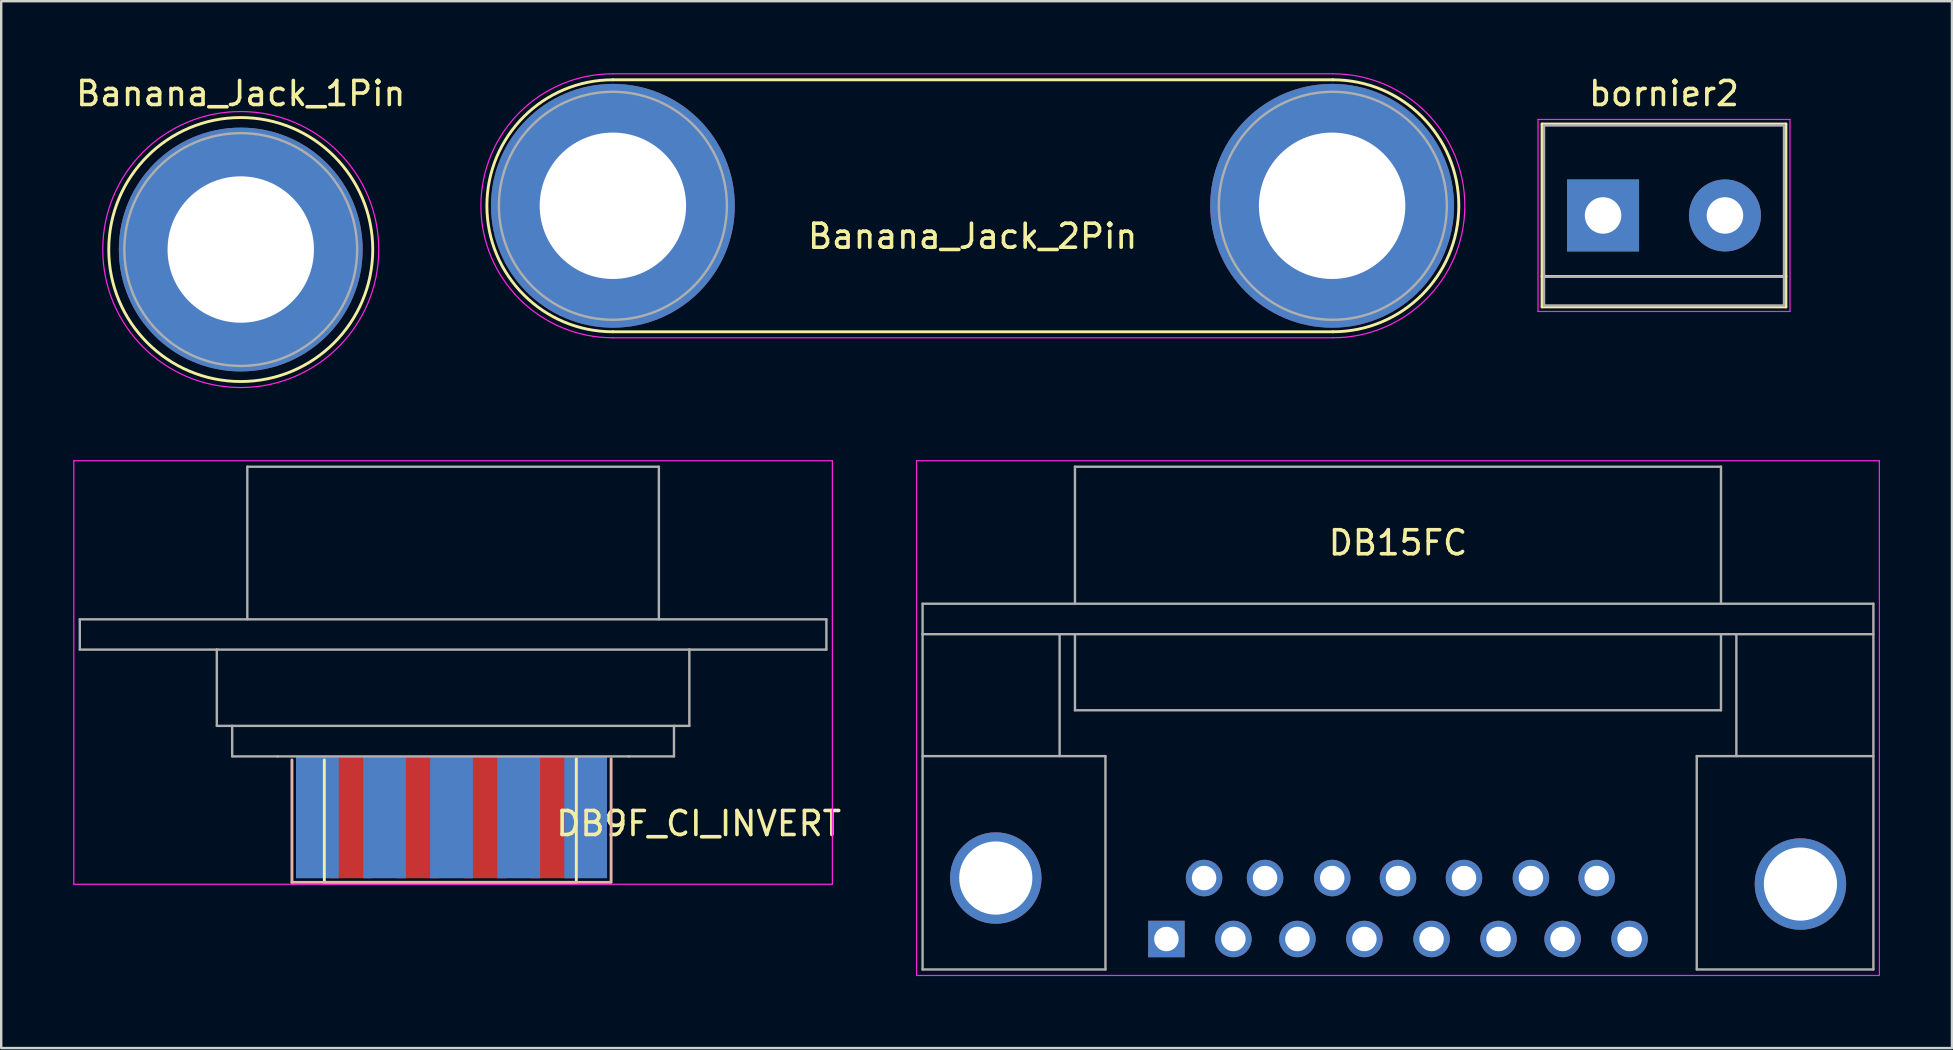
<source format=kicad_pcb>
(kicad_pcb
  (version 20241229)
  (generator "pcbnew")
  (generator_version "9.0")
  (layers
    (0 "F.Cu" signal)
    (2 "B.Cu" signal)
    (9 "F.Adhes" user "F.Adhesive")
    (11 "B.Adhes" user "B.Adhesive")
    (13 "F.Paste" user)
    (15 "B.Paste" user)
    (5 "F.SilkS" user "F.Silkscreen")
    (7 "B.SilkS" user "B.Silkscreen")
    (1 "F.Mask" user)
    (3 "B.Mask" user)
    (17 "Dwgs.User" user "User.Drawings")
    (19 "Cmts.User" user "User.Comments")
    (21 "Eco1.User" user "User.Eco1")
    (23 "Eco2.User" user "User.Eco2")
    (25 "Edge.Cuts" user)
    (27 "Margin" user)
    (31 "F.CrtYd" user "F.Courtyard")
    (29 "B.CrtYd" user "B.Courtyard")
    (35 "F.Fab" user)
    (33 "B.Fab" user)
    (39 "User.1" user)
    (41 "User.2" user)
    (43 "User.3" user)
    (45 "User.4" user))
  (footprint "DB9F_CI_INVERT"
    (layer "F.Cu")
    (at 15.765 31.008)
    (property "Reference" "DB9F_CI_INVERT" (at 10.3 0.26 0) (layer "F.SilkS") (effects (font (size 1 1) (thickness 0.15))))
    (attr smd)
    (fp_line (start -5.3 2.71) (end -5.3 -2.39) (stroke (width 0.12) (type solid)) (layer "F.SilkS"))
    (fp_line (start 5.2 -2.44) (end 5.2 2.71) (stroke (width 0.12) (type solid)) (layer "F.SilkS"))
    (fp_line (start 5.2 2.71) (end -5.3 2.71) (stroke (width 0.12) (type solid)) (layer "F.SilkS"))
    (fp_line (start -6.65 2.71) (end -6.65 -2.39) (stroke (width 0.12) (type solid)) (layer "B.SilkS"))
    (fp_line (start -6.65 2.71) (end 6.6 2.71) (stroke (width 0.12) (type solid)) (layer "B.SilkS"))
    (fp_line (start 6.65 2.71) (end 6.65 -2.44) (stroke (width 0.12) (type solid)) (layer "B.SilkS"))
    (fp_line (start -15.74 -14.86) (end -15.74 2.79) (stroke (width 0.05) (type solid)) (layer "F.CrtYd"))
    (fp_line (start -15.74 -14.86) (end 15.87 -14.86) (stroke (width 0.05) (type solid)) (layer "F.CrtYd"))
    (fp_line (start 15.87 2.79) (end -15.74 2.79) (stroke (width 0.05) (type solid)) (layer "F.CrtYd"))
    (fp_line (start 15.87 2.79) (end 15.87 -14.86) (stroke (width 0.05) (type solid)) (layer "F.CrtYd"))
    (fp_line (start -15.49 -8.25) (end 15.62 -8.25) (stroke (width 0.1) (type solid)) (layer "F.Fab"))
    (fp_line (start -15.49 -6.99) (end -15.49 -8.25) (stroke (width 0.1) (type solid)) (layer "F.Fab"))
    (fp_line (start -9.78 -6.99) (end -15.49 -6.99) (stroke (width 0.1) (type solid)) (layer "F.Fab"))
    (fp_line (start -9.78 -3.81) (end -9.78 -6.99) (stroke (width 0.1) (type solid)) (layer "F.Fab"))
    (fp_line (start -9.14 -3.81) (end -9.78 -3.81) (stroke (width 0.1) (type solid)) (layer "F.Fab"))
    (fp_line (start -9.14 -2.54) (end -9.14 -3.81) (stroke (width 0.1) (type solid)) (layer "F.Fab"))
    (fp_line (start -8.51 -14.61) (end 8.64 -14.61) (stroke (width 0.1) (type solid)) (layer "F.Fab"))
    (fp_line (start -8.51 -8.25) (end -8.51 -14.61) (stroke (width 0.1) (type solid)) (layer "F.Fab"))
    (fp_line (start -7.24 -2.54) (end -9.14 -2.54) (stroke (width 0.1) (type solid)) (layer "F.Fab"))
    (fp_line (start 7.37 -2.54) (end 9.27 -2.54) (stroke (width 0.1) (type solid)) (layer "F.Fab"))
    (fp_line (start 7.4 -2.54) (end -7.25 -2.54) (stroke (width 0.1) (type solid)) (layer "F.Fab"))
    (fp_line (start 8.64 -8.25) (end 8.64 -14.61) (stroke (width 0.1) (type solid)) (layer "F.Fab"))
    (fp_line (start 9.27 -3.81) (end -9.14 -3.81) (stroke (width 0.1) (type solid)) (layer "F.Fab"))
    (fp_line (start 9.27 -2.54) (end 9.27 -3.81) (stroke (width 0.1) (type solid)) (layer "F.Fab"))
    (fp_line (start 9.91 -6.99) (end -9.78 -6.99) (stroke (width 0.1) (type solid)) (layer "F.Fab"))
    (fp_line (start 9.91 -3.81) (end 9.27 -3.81) (stroke (width 0.1) (type solid)) (layer "F.Fab"))
    (fp_line (start 9.91 -3.81) (end 9.91 -6.99) (stroke (width 0.1) (type solid)) (layer "F.Fab"))
    (fp_line (start 15.62 -6.99) (end 9.91 -6.99) (stroke (width 0.1) (type solid)) (layer "F.Fab"))
    (fp_line (start 15.62 -6.99) (end 15.62 -8.25) (stroke (width 0.1) (type solid)) (layer "F.Fab"))
    (pad "1" connect rect (at 5.59 0) (size 1.78 5.08) (layers "B.Cu" "B.Mask"))
    (pad "2" connect rect (at 2.8 0) (size 1.78 5.08) (layers "B.Cu" "B.Mask"))
    (pad "3" connect rect (at 0 0) (size 1.78 5.08) (layers "B.Cu" "B.Mask"))
    (pad "4" connect rect (at -2.79 0) (size 1.78 5.08) (layers "B.Cu" "B.Mask"))
    (pad "5" connect rect (at -5.59 0) (size 1.78 5.08) (layers "B.Cu" "B.Mask"))
    (pad "6" connect rect (at 4.19 0) (size 1.78 5.08) (layers "F.Cu" "F.Mask"))
    (pad "7" connect rect (at 1.4 0) (size 1.78 5.08) (layers "F.Cu" "F.Mask"))
    (pad "8" connect rect (at -1.4 0) (size 1.78 5.08) (layers "F.Cu" "F.Mask"))
    (pad "9" connect rect (at -4.19 0) (size 1.78 5.08) (layers "F.Cu" "F.Mask")))
  (footprint "Banana_Jack_1Pin"
    (layer "F.Cu")
    (at 6.982 7.348)
    (property "Reference" "Banana_Jack_1Pin" (at 0 -6.5 0) (layer "F.SilkS") (effects (font (size 1 1) (thickness 0.15))))
    (attr through_hole)
    (fp_circle (center 0 0) (end 5.5 0) (stroke (width 0.12) (type solid)) (fill no) (layer "F.SilkS"))
    (fp_circle (center 0 0) (end 5.75 0) (stroke (width 0.05) (type solid)) (fill no) (layer "F.CrtYd"))
    (fp_circle (center 0 0) (end 2 0) (stroke (width 0.1) (type solid)) (fill no) (layer "F.Fab"))
    (fp_circle (center 0 0) (end 4.85 0.05) (stroke (width 0.1) (type solid)) (fill no) (layer "F.Fab"))
    (pad "1" thru_hole circle (at 0 0) (size 10.16 10.16) (drill 6.1) (layers "*.Cu" "*.Mask")))
  (footprint "Banana_Jack_2Pin"
    (layer "F.Cu")
    (at 22.489 5.525)
    (property "Reference" "Banana_Jack_2Pin" (at 14.99 1.27 0) (layer "F.SilkS") (effects (font (size 1 1) (thickness 0.15))))
    (attr through_hole)
    (fp_line (start 0 5.25) (end 30 5.25) (stroke (width 0.12) (type solid)) (layer "F.SilkS"))
    (fp_line (start 30 -5.25) (end 0 -5.25) (stroke (width 0.12) (type solid)) (layer "F.SilkS"))
    (fp_arc (start 0 5.25) (mid -5.25 0) (end 0 -5.25) (stroke (width 0.12) (type solid)) (layer "F.SilkS"))
    (fp_arc (start 30 -5.25) (mid 35.25 0) (end 30 5.25) (stroke (width 0.12) (type solid)) (layer "F.SilkS"))
    (fp_line (start 0 5.5) (end 30 5.5) (stroke (width 0.05) (type solid)) (layer "F.CrtYd"))
    (fp_line (start 30 -5.5) (end 0 -5.5) (stroke (width 0.05) (type solid)) (layer "F.CrtYd"))
    (fp_arc (start 0 5.5) (mid -5.5 0) (end 0 -5.5) (stroke (width 0.05) (type solid)) (layer "F.CrtYd"))
    (fp_arc (start 30 -5.5) (mid 35.5 0) (end 30 5.5) (stroke (width 0.05) (type solid)) (layer "F.CrtYd"))
    (fp_circle (center 0 0) (end 2 0) (stroke (width 0.1) (type solid)) (fill no) (layer "F.Fab"))
    (fp_circle (center 0 0) (end 4.75 0) (stroke (width 0.1) (type solid)) (fill no) (layer "F.Fab"))
    (fp_circle (center 30 0) (end 32 0) (stroke (width 0.1) (type solid)) (fill no) (layer "F.Fab"))
    (fp_circle (center 30 0) (end 34.75 0) (stroke (width 0.1) (type solid)) (fill no) (layer "F.Fab"))
    (pad "1" thru_hole circle (at 0 0) (size 10.16 10.16) (drill 6.1) (layers "*.Cu" "*.Mask"))
    (pad "2" thru_hole circle (at 29.97 0) (size 10.16 10.16) (drill 6.1) (layers "*.Cu" "*.Mask")))
  (footprint "DB15FC"
    (layer "F.Cu")
    (at 45.554 36.078)
    (property "Reference" "DB15FC" (at 9.65 -16.51 0) (layer "F.SilkS") (effects (font (size 1 1) (thickness 0.15))))
    (attr through_hole)
    (fp_line (start -10.41 -19.93) (end -10.41 1.52) (stroke (width 0.05) (type solid)) (layer "F.CrtYd"))
    (fp_line (start -10.41 -19.93) (end 29.71 -19.93) (stroke (width 0.05) (type solid)) (layer "F.CrtYd"))
    (fp_line (start 29.71 1.52) (end -10.41 1.52) (stroke (width 0.05) (type solid)) (layer "F.CrtYd"))
    (fp_line (start 29.71 1.52) (end 29.71 -19.93) (stroke (width 0.05) (type solid)) (layer "F.CrtYd"))
    (fp_line (start -10.16 -13.97) (end -10.16 -12.7) (stroke (width 0.1) (type solid)) (layer "F.Fab"))
    (fp_line (start -10.16 -7.62) (end -2.54 -7.62) (stroke (width 0.1) (type solid)) (layer "F.Fab"))
    (fp_line (start -10.16 1.27) (end -10.16 -12.7) (stroke (width 0.1) (type solid)) (layer "F.Fab"))
    (fp_line (start -10.16 1.27) (end -2.54 1.27) (stroke (width 0.1) (type solid)) (layer "F.Fab"))
    (fp_line (start -4.45 -12.7) (end -4.45 -7.62) (stroke (width 0.1) (type solid)) (layer "F.Fab"))
    (fp_line (start -3.81 -19.68) (end -3.81 -13.97) (stroke (width 0.1) (type solid)) (layer "F.Fab"))
    (fp_line (start -3.81 -19.68) (end 23.11 -19.68) (stroke (width 0.1) (type solid)) (layer "F.Fab"))
    (fp_line (start -3.81 -9.53) (end -3.81 -12.7) (stroke (width 0.1) (type solid)) (layer "F.Fab"))
    (fp_line (start -2.54 -7.62) (end -2.54 1.27) (stroke (width 0.1) (type solid)) (layer "F.Fab"))
    (fp_line (start 22.1 -7.62) (end 29.46 -7.62) (stroke (width 0.1) (type solid)) (layer "F.Fab"))
    (fp_line (start 22.1 1.27) (end 22.1 -7.62) (stroke (width 0.1) (type solid)) (layer "F.Fab"))
    (fp_line (start 23.11 -13.97) (end 23.11 -19.68) (stroke (width 0.1) (type solid)) (layer "F.Fab"))
    (fp_line (start 23.11 -9.53) (end -3.81 -9.53) (stroke (width 0.1) (type solid)) (layer "F.Fab"))
    (fp_line (start 23.11 -9.53) (end 23.11 -12.7) (stroke (width 0.1) (type solid)) (layer "F.Fab"))
    (fp_line (start 23.75 -7.62) (end 23.75 -12.7) (stroke (width 0.1) (type solid)) (layer "F.Fab"))
    (fp_line (start 29.46 -13.97) (end -10.16 -13.97) (stroke (width 0.1) (type solid)) (layer "F.Fab"))
    (fp_line (start 29.46 -12.7) (end -10.16 -12.7) (stroke (width 0.1) (type solid)) (layer "F.Fab"))
    (fp_line (start 29.46 1.27) (end 22.1 1.27) (stroke (width 0.1) (type solid)) (layer "F.Fab"))
    (fp_line (start 29.46 1.27) (end 29.46 -13.97) (stroke (width 0.1) (type solid)) (layer "F.Fab"))
    (pad "" thru_hole circle (at -7.11 -2.54) (size 3.81 3.81) (drill 3.05) (layers "*.Cu" "*.Mask"))
    (pad "" thru_hole circle (at 26.42 -2.29) (size 3.81 3.81) (drill 3.05) (layers "*.Cu" "*.Mask"))
    (pad "1" thru_hole rect (at 0 0) (size 1.52 1.52) (drill 1.02) (layers "*.Cu" "*.Mask"))
    (pad "2" thru_hole circle (at 2.79 0) (size 1.52 1.52) (drill 1.02) (layers "*.Cu" "*.Mask"))
    (pad "3" thru_hole circle (at 5.46 0) (size 1.52 1.52) (drill 1.02) (layers "*.Cu" "*.Mask"))
    (pad "4" thru_hole circle (at 8.25 0) (size 1.52 1.52) (drill 1.02) (layers "*.Cu" "*.Mask"))
    (pad "5" thru_hole circle (at 11.05 0) (size 1.52 1.52) (drill 1.02) (layers "*.Cu" "*.Mask"))
    (pad "6" thru_hole circle (at 13.84 0) (size 1.52 1.52) (drill 1.02) (layers "*.Cu" "*.Mask"))
    (pad "7" thru_hole circle (at 16.51 0) (size 1.52 1.52) (drill 1.02) (layers "*.Cu" "*.Mask"))
    (pad "8" thru_hole circle (at 19.3 0) (size 1.52 1.52) (drill 1.02) (layers "*.Cu" "*.Mask"))
    (pad "9" thru_hole circle (at 1.57 -2.54) (size 1.52 1.52) (drill 1.02) (layers "*.Cu" "*.Mask"))
    (pad "10" thru_hole circle (at 4.11 -2.54) (size 1.52 1.52) (drill 1.02) (layers "*.Cu" "*.Mask"))
    (pad "11" thru_hole circle (at 6.91 -2.54) (size 1.52 1.52) (drill 1.02) (layers "*.Cu" "*.Mask"))
    (pad "12" thru_hole circle (at 9.65 -2.54) (size 1.52 1.52) (drill 1.02) (layers "*.Cu" "*.Mask"))
    (pad "13" thru_hole circle (at 12.4 -2.54) (size 1.52 1.52) (drill 1.02) (layers "*.Cu" "*.Mask"))
    (pad "14" thru_hole circle (at 15.19 -2.54) (size 1.52 1.52) (drill 1.02) (layers "*.Cu" "*.Mask"))
    (pad "15" thru_hole circle (at 17.93 -2.54) (size 1.52 1.52) (drill 1.02) (layers "*.Cu" "*.Mask")))
  (footprint "bornier2"
    (layer "F.Cu")
    (at 63.749 5.928)
    (property "Reference" "bornier2" (at 2.54 -5.08 0) (layer "F.SilkS") (effects (font (size 1 1) (thickness 0.15))))
    (attr through_hole)
    (fp_line (start -2.54 -3.81) (end -2.54 3.81) (stroke (width 0.12) (type solid)) (layer "F.SilkS"))
    (fp_line (start -2.54 3.81) (end 7.62 3.81) (stroke (width 0.12) (type solid)) (layer "F.SilkS"))
    (fp_line (start 7.62 -3.81) (end -2.54 -3.81) (stroke (width 0.12) (type solid)) (layer "F.SilkS"))
    (fp_line (start 7.62 2.54) (end -2.54 2.54) (stroke (width 0.12) (type solid)) (layer "F.SilkS"))
    (fp_line (start 7.62 3.81) (end 7.62 -3.81) (stroke (width 0.12) (type solid)) (layer "F.SilkS"))
    (fp_line (start -2.71 -4) (end -2.71 4) (stroke (width 0.05) (type solid)) (layer "F.CrtYd"))
    (fp_line (start -2.71 -4) (end 7.79 -4) (stroke (width 0.05) (type solid)) (layer "F.CrtYd"))
    (fp_line (start 7.79 4) (end -2.71 4) (stroke (width 0.05) (type solid)) (layer "F.CrtYd"))
    (fp_line (start 7.79 4) (end 7.79 -4) (stroke (width 0.05) (type solid)) (layer "F.CrtYd"))
    (fp_line (start -2.46 -3.75) (end -2.46 3.75) (stroke (width 0.1) (type solid)) (layer "F.Fab"))
    (fp_line (start -2.46 3.75) (end 7.54 3.75) (stroke (width 0.1) (type solid)) (layer "F.Fab"))
    (fp_line (start -2.41 2.55) (end 7.49 2.55) (stroke (width 0.1) (type solid)) (layer "F.Fab"))
    (fp_line (start 7.54 -3.75) (end -2.46 -3.75) (stroke (width 0.1) (type solid)) (layer "F.Fab"))
    (fp_line (start 7.54 3.75) (end 7.54 -3.75) (stroke (width 0.1) (type solid)) (layer "F.Fab"))
    (pad "1" thru_hole rect (at 0 0) (size 3 3) (drill 1.52) (layers "*.Cu" "*.Mask"))
    (pad "2" thru_hole circle (at 5.08 0) (size 3 3) (drill 1.52) (layers "*.Cu" "*.Mask")))
  (gr_rect
    (start -3 -3)
    (end 78.289 40.623)
    (stroke (width 0.1) (type default))
    (fill no)
    (layer "Edge.Cuts")))
</source>
